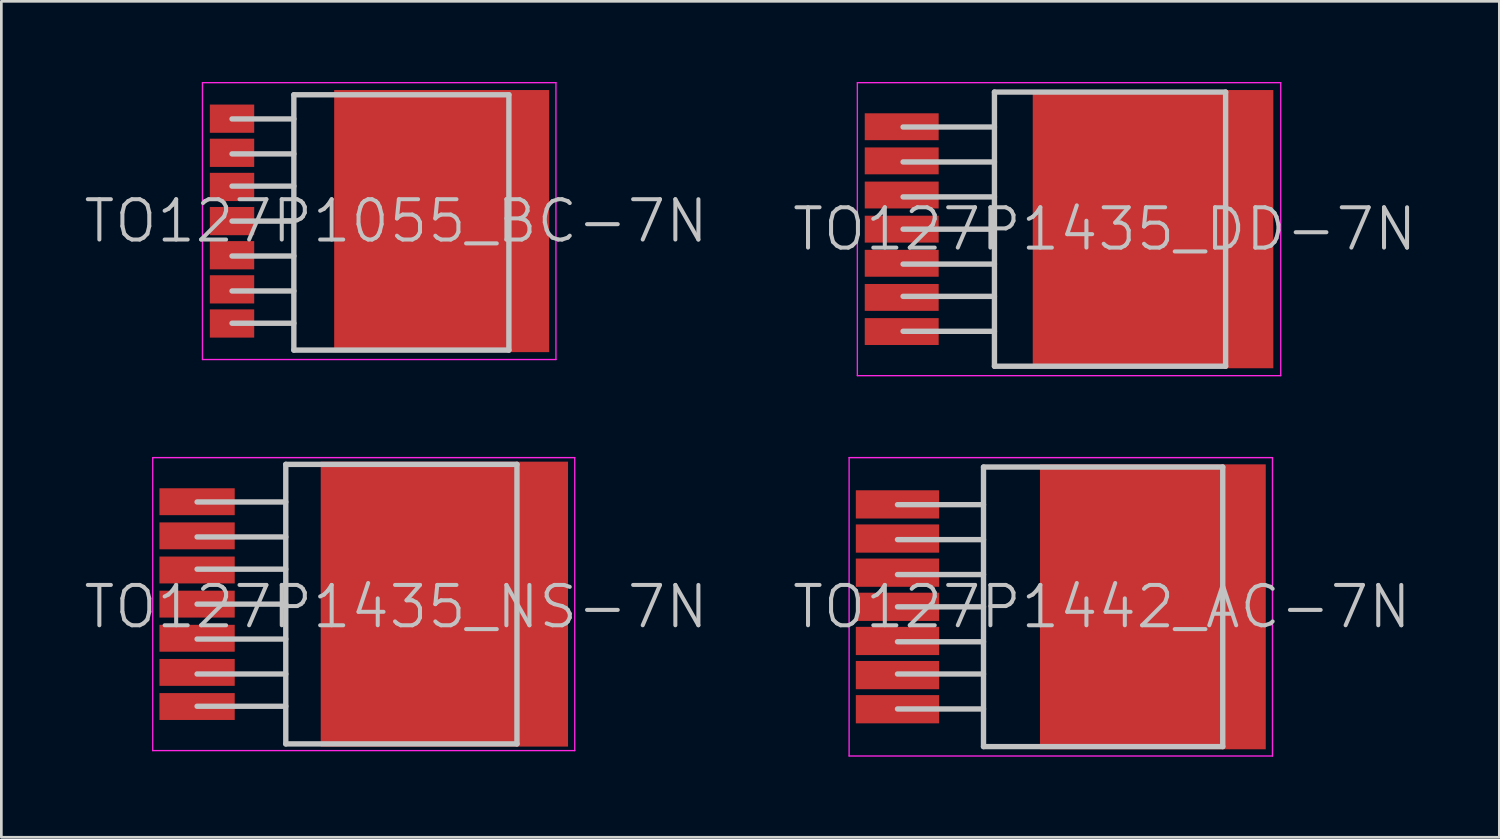
<source format=kicad_pcb>
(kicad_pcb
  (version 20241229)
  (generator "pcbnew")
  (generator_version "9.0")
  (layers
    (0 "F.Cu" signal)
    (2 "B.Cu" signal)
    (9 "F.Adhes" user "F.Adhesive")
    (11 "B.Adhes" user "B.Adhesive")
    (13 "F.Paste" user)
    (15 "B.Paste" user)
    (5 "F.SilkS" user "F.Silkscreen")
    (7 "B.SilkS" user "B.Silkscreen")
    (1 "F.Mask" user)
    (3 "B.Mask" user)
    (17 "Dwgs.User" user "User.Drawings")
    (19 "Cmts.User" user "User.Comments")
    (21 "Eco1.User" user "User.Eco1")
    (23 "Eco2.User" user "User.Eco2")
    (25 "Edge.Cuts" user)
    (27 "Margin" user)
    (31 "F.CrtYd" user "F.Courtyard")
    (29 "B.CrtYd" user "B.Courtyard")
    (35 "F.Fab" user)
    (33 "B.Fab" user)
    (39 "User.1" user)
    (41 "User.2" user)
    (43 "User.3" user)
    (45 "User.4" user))
  (footprint "TO127P1055_BC-7N"
    (layer "F.Cu")
    (at 11.682 5.175)
    (property "Reference" "TO127P1055_BC-7N" (at 0 0 180) (layer "Dwgs.User") (effects (font (size 1.5 1.5) (thickness 0.15))))
    (attr smd)
    (fp_line (start -6.1 -3.8) (end -3.8 -3.8) (stroke (width 0.2) (type solid)) (layer "Dwgs.User"))
    (fp_line (start -6.1 -2.5) (end -3.8 -2.5) (stroke (width 0.2) (type solid)) (layer "Dwgs.User"))
    (fp_line (start -6.1 -1.3) (end -3.8 -1.3) (stroke (width 0.2) (type solid)) (layer "Dwgs.User"))
    (fp_line (start -6.1 0) (end -3.8 0) (stroke (width 0.2) (type solid)) (layer "Dwgs.User"))
    (fp_line (start -6.1 1.3) (end -3.8 1.3) (stroke (width 0.2) (type solid)) (layer "Dwgs.User"))
    (fp_line (start -6.1 2.6) (end -3.8 2.6) (stroke (width 0.2) (type solid)) (layer "Dwgs.User"))
    (fp_line (start -6.1 3.8) (end -3.8 3.8) (stroke (width 0.2) (type solid)) (layer "Dwgs.User"))
    (fp_line (start -3.8 -4.7) (end -3.8 4.8) (stroke (width 0.2) (type solid)) (layer "Dwgs.User"))
    (fp_line (start -3.8 -4.7) (end 4.2 -4.7) (stroke (width 0.2) (type solid)) (layer "Dwgs.User"))
    (fp_line (start -3.8 4.8) (end 4.2 4.8) (stroke (width 0.2) (type solid)) (layer "Dwgs.User"))
    (fp_line (start 4.2 -4.7) (end 4.2 4.8) (stroke (width 0.2) (type solid)) (layer "Dwgs.User"))
    (fp_line (start -7.2 -5.15) (end -7.2 5.15) (stroke (width 0.05) (type solid)) (layer "F.CrtYd"))
    (fp_line (start 5.95 -5.15) (end -7.2 -5.15) (stroke (width 0.05) (type solid)) (layer "F.CrtYd"))
    (fp_line (start 5.95 -5.15) (end 5.95 5.15) (stroke (width 0.05) (type solid)) (layer "F.CrtYd"))
    (fp_line (start 5.95 5.15) (end -7.2 5.15) (stroke (width 0.05) (type solid)) (layer "F.CrtYd"))
    (pad "1" smd rect (at -6.1 -3.81 270) (size 1.05 1.65) (layers "F.Cu" "F.Mask" "F.Paste"))
    (pad "2" smd rect (at -6.1 -2.54 270) (size 1.05 1.65) (layers "F.Cu" "F.Mask" "F.Paste"))
    (pad "3" smd rect (at -6.1 -1.27 270) (size 1.05 1.65) (layers "F.Cu" "F.Mask" "F.Paste"))
    (pad "4" smd rect (at -6.1 0 270) (size 1.05 1.65) (layers "F.Cu" "F.Mask" "F.Paste"))
    (pad "5" smd rect (at -6.1 1.27 270) (size 1.05 1.65) (layers "F.Cu" "F.Mask" "F.Paste"))
    (pad "6" smd rect (at -6.1 2.54 270) (size 1.05 1.65) (layers "F.Cu" "F.Mask" "F.Paste"))
    (pad "7" smd rect (at -6.1 3.81 270) (size 1.05 1.65) (layers "F.Cu" "F.Mask" "F.Paste"))
    (pad "8" smd rect (at 1.7 0 270) (size 9.75 8) (layers "F.Cu" "F.Mask" "F.Paste")))
  (footprint "TO127P1442_AC-7N"
    (layer "F.Cu")
    (at 36.439 19.525)
    (property "Reference" "TO127P1442_AC-7N" (at 1.5 0 180) (layer "Dwgs.User") (effects (font (size 1.5 1.5) (thickness 0.15))))
    (attr smd)
    (fp_line (start -6.1 -3.8) (end -2.9 -3.8) (stroke (width 0.2) (type solid)) (layer "Dwgs.User"))
    (fp_line (start -6.1 -2.5) (end -2.9 -2.5) (stroke (width 0.2) (type solid)) (layer "Dwgs.User"))
    (fp_line (start -6.1 -1.2) (end -2.9 -1.2) (stroke (width 0.2) (type solid)) (layer "Dwgs.User"))
    (fp_line (start -6.1 0) (end -2.9 0) (stroke (width 0.2) (type solid)) (layer "Dwgs.User"))
    (fp_line (start -6.1 1.3) (end -2.9 1.3) (stroke (width 0.2) (type solid)) (layer "Dwgs.User"))
    (fp_line (start -6.1 2.5) (end -2.9 2.5) (stroke (width 0.2) (type solid)) (layer "Dwgs.User"))
    (fp_line (start -6.1 3.8) (end -2.9 3.8) (stroke (width 0.2) (type solid)) (layer "Dwgs.User"))
    (fp_line (start -2.9 -5.2) (end -2.9 5.2) (stroke (width 0.2) (type solid)) (layer "Dwgs.User"))
    (fp_line (start -2.9 -5.2) (end 6 -5.2) (stroke (width 0.2) (type solid)) (layer "Dwgs.User"))
    (fp_line (start -2.9 5.2) (end 6 5.2) (stroke (width 0.2) (type solid)) (layer "Dwgs.User"))
    (fp_line (start 6 -5.2) (end 6 5.2) (stroke (width 0.2) (type solid)) (layer "Dwgs.User"))
    (fp_line (start -7.9 -5.55) (end -7.9 5.55) (stroke (width 0.05) (type solid)) (layer "F.CrtYd"))
    (fp_line (start 7.85 -5.55) (end -7.9 -5.55) (stroke (width 0.05) (type solid)) (layer "F.CrtYd"))
    (fp_line (start 7.85 -5.55) (end 7.85 5.55) (stroke (width 0.05) (type solid)) (layer "F.CrtYd"))
    (fp_line (start 7.85 5.55) (end -7.9 5.55) (stroke (width 0.05) (type solid)) (layer "F.CrtYd"))
    (pad "1" smd rect (at -6.1 -3.81 270) (size 1.05 3.1) (layers "F.Cu" "F.Mask" "F.Paste"))
    (pad "2" smd rect (at -6.1 -2.54 270) (size 1.05 3.1) (layers "F.Cu" "F.Mask" "F.Paste"))
    (pad "3" smd rect (at -6.1 -1.27 270) (size 1.05 3.1) (layers "F.Cu" "F.Mask" "F.Paste"))
    (pad "4" smd rect (at -6.1 0 270) (size 1.05 3.1) (layers "F.Cu" "F.Mask" "F.Paste"))
    (pad "5" smd rect (at -6.1 1.27 270) (size 1.05 3.1) (layers "F.Cu" "F.Mask" "F.Paste"))
    (pad "6" smd rect (at -6.1 2.54 270) (size 1.05 3.1) (layers "F.Cu" "F.Mask" "F.Paste"))
    (pad "7" smd rect (at -6.1 3.81 270) (size 1.05 3.1) (layers "F.Cu" "F.Mask" "F.Paste"))
    (pad "8" smd rect (at 3.4 0 270) (size 10.6 8.4) (layers "F.Cu" "F.Mask" "F.Paste")))
  (footprint "TO127P1435_NS-7N"
    (layer "F.Cu")
    (at 10.482 19.425)
    (property "Reference" "TO127P1435_NS-7N" (at 1.2 0.1 180) (layer "Dwgs.User") (effects (font (size 1.5 1.5) (thickness 0.15))))
    (attr smd)
    (fp_line (start -6.2 -3.8) (end -2.9 -3.8) (stroke (width 0.2) (type solid)) (layer "Dwgs.User"))
    (fp_line (start -6.2 -2.5) (end -2.9 -2.5) (stroke (width 0.2) (type solid)) (layer "Dwgs.User"))
    (fp_line (start -6.2 -1.3) (end -2.9 -1.3) (stroke (width 0.2) (type solid)) (layer "Dwgs.User"))
    (fp_line (start -6.2 0) (end -2.9 0) (stroke (width 0.2) (type solid)) (layer "Dwgs.User"))
    (fp_line (start -6.2 1.3) (end -2.9 1.3) (stroke (width 0.2) (type solid)) (layer "Dwgs.User"))
    (fp_line (start -6.2 2.6) (end -2.9 2.6) (stroke (width 0.2) (type solid)) (layer "Dwgs.User"))
    (fp_line (start -6.2 3.8) (end -2.9 3.8) (stroke (width 0.2) (type solid)) (layer "Dwgs.User"))
    (fp_line (start -2.9 -5.2) (end -2.9 5.2) (stroke (width 0.2) (type solid)) (layer "Dwgs.User"))
    (fp_line (start -2.9 -5.2) (end 5.7 -5.2) (stroke (width 0.2) (type solid)) (layer "Dwgs.User"))
    (fp_line (start -2.9 5.2) (end 5.7 5.2) (stroke (width 0.2) (type solid)) (layer "Dwgs.User"))
    (fp_line (start 5.7 -5.2) (end 5.7 5.2) (stroke (width 0.2) (type solid)) (layer "Dwgs.User"))
    (fp_line (start -7.85 -5.45) (end -7.85 5.45) (stroke (width 0.05) (type solid)) (layer "F.CrtYd"))
    (fp_line (start 7.85 -5.45) (end -7.85 -5.45) (stroke (width 0.05) (type solid)) (layer "F.CrtYd"))
    (fp_line (start 7.85 -5.45) (end 7.85 5.45) (stroke (width 0.05) (type solid)) (layer "F.CrtYd"))
    (fp_line (start 7.85 5.45) (end -7.85 5.45) (stroke (width 0.05) (type solid)) (layer "F.CrtYd"))
    (pad "1" smd rect (at -6.2 -3.81 270) (size 1 2.8) (layers "F.Cu" "F.Mask" "F.Paste"))
    (pad "2" smd rect (at -6.2 -2.54 270) (size 1 2.8) (layers "F.Cu" "F.Mask" "F.Paste"))
    (pad "3" smd rect (at -6.2 -1.27 270) (size 1 2.8) (layers "F.Cu" "F.Mask" "F.Paste"))
    (pad "4" smd rect (at -6.2 0 270) (size 1 2.8) (layers "F.Cu" "F.Mask" "F.Paste"))
    (pad "5" smd rect (at -6.2 1.27 270) (size 1 2.8) (layers "F.Cu" "F.Mask" "F.Paste"))
    (pad "6" smd rect (at -6.2 2.54 270) (size 1 2.8) (layers "F.Cu" "F.Mask" "F.Paste"))
    (pad "7" smd rect (at -6.2 3.81 270) (size 1 2.8) (layers "F.Cu" "F.Mask" "F.Paste"))
    (pad "8" smd rect (at 3 0 270) (size 10.6 9.2) (layers "F.Cu" "F.Mask" "F.Paste")))
  (footprint "TO127P1435_DD-7N"
    (layer "F.Cu")
    (at 36.746 5.475)
    (property "Reference" "TO127P1435_DD-7N" (at 1.3 0 180) (layer "Dwgs.User") (effects (font (size 1.5 1.5) (thickness 0.15))))
    (attr smd)
    (fp_line (start -6.2 -3.8) (end -2.8 -3.8) (stroke (width 0.2) (type solid)) (layer "Dwgs.User"))
    (fp_line (start -6.2 -2.5) (end -2.8 -2.5) (stroke (width 0.2) (type solid)) (layer "Dwgs.User"))
    (fp_line (start -6.2 -1.2) (end -2.8 -1.2) (stroke (width 0.2) (type solid)) (layer "Dwgs.User"))
    (fp_line (start -6.2 0) (end -2.8 0) (stroke (width 0.2) (type solid)) (layer "Dwgs.User"))
    (fp_line (start -6.2 1.3) (end -2.8 1.3) (stroke (width 0.2) (type solid)) (layer "Dwgs.User"))
    (fp_line (start -6.2 2.5) (end -2.8 2.5) (stroke (width 0.2) (type solid)) (layer "Dwgs.User"))
    (fp_line (start -6.2 3.8) (end -2.8 3.8) (stroke (width 0.2) (type solid)) (layer "Dwgs.User"))
    (fp_line (start -2.8 -5.1) (end -2.8 5.1) (stroke (width 0.2) (type solid)) (layer "Dwgs.User"))
    (fp_line (start -2.8 -5.1) (end 5.8 -5.1) (stroke (width 0.2) (type solid)) (layer "Dwgs.User"))
    (fp_line (start -2.8 5.1) (end 5.8 5.1) (stroke (width 0.2) (type solid)) (layer "Dwgs.User"))
    (fp_line (start 5.8 -5.1) (end 5.8 5.1) (stroke (width 0.2) (type solid)) (layer "Dwgs.User"))
    (fp_line (start -7.9 -5.45) (end -7.9 5.45) (stroke (width 0.05) (type solid)) (layer "F.CrtYd"))
    (fp_line (start 7.85 -5.45) (end -7.9 -5.45) (stroke (width 0.05) (type solid)) (layer "F.CrtYd"))
    (fp_line (start 7.85 -5.45) (end 7.85 5.45) (stroke (width 0.05) (type solid)) (layer "F.CrtYd"))
    (fp_line (start 7.85 5.45) (end -7.9 5.45) (stroke (width 0.05) (type solid)) (layer "F.CrtYd"))
    (pad "1" smd rect (at -6.25 -3.81 270) (size 1 2.75) (layers "F.Cu" "F.Mask" "F.Paste"))
    (pad "2" smd rect (at -6.25 -2.54 270) (size 1 2.75) (layers "F.Cu" "F.Mask" "F.Paste"))
    (pad "3" smd rect (at -6.25 -1.27 270) (size 1 2.75) (layers "F.Cu" "F.Mask" "F.Paste"))
    (pad "4" smd rect (at -6.25 0 270) (size 1 2.75) (layers "F.Cu" "F.Mask" "F.Paste"))
    (pad "5" smd rect (at -6.25 1.27 270) (size 1 2.75) (layers "F.Cu" "F.Mask" "F.Paste"))
    (pad "6" smd rect (at -6.25 2.54 270) (size 1 2.75) (layers "F.Cu" "F.Mask" "F.Paste"))
    (pad "7" smd rect (at -6.25 3.81 270) (size 1 2.75) (layers "F.Cu" "F.Mask" "F.Paste"))
    (pad "8" smd rect (at 3.1 0 270) (size 10.35 8.95) (layers "F.Cu" "F.Mask" "F.Paste")))
  (gr_rect
    (start -3 -3)
    (end 52.729 28.1)
    (stroke (width 0.1) (type default))
    (fill no)
    (layer "Edge.Cuts")))
</source>
